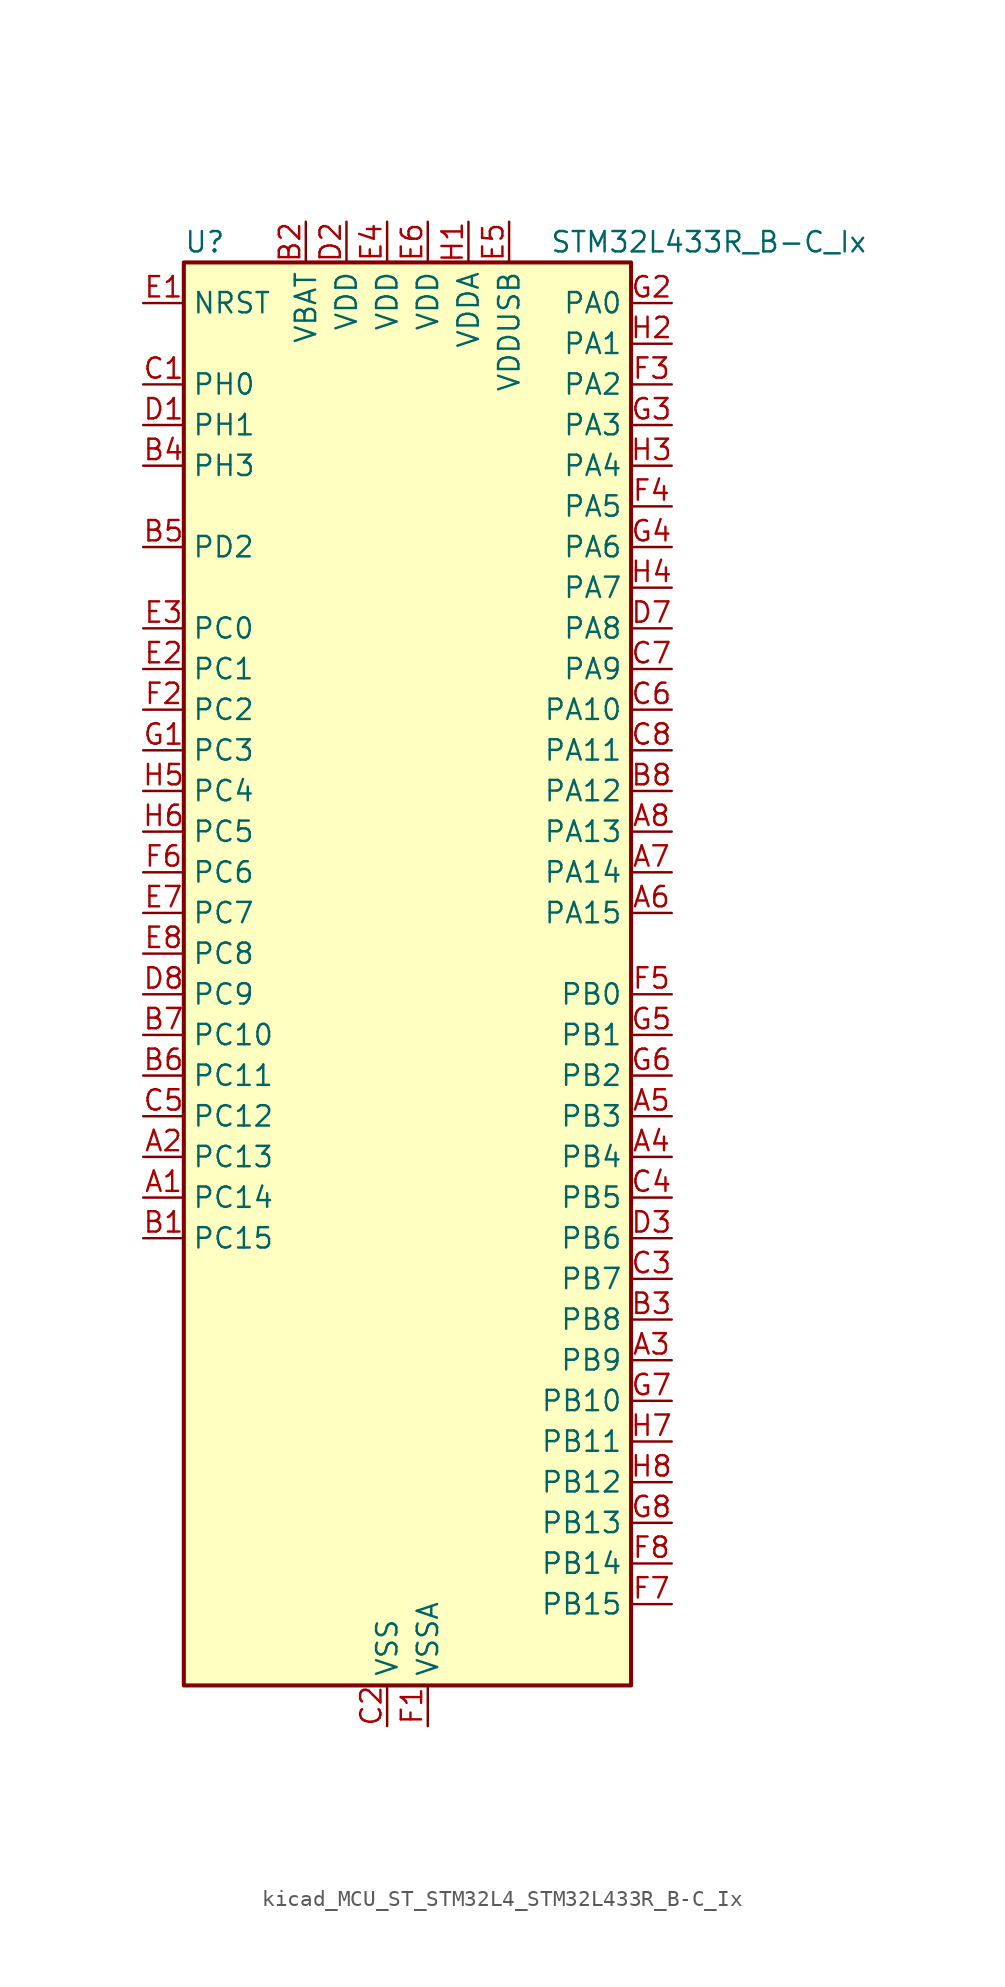
<source format=kicad_sym>
(kicad_symbol_lib
  (version 20220914)
  (generator kicad_symbol_editor)
  (symbol "kicad_MCU_ST_STM32L4_STM32L433R_B-C_Ix"
    (property "Reference" "U"
      (at -12.7 46.99 0)
      (effects (font (size 1.27 1.27)) (justify left)))
    (property "Value" "STM32L433R_B-C_Ix"
      (at 10.16 46.99 0)
      (effects (font (size 1.27 1.27)) (justify left)))
    (property "ki_locked" ""
      (at 0 0 0)
      (effects (font (size 1.27 1.27))))
    (symbol "kicad_MCU_ST_STM32L4_STM32L433R_B-C_Ix_0_1"
      (rectangle (start -12.7 -43.18) (end 15.24 45.72) (stroke (width 0.254) (type default)) (fill (type background))))
    (symbol "kicad_MCU_ST_STM32L4_STM32L433R_B-C_Ix_1_1"
      (pin bidirectional line (at -15.24 -12.7 0) (length 2.54) (name "PC14" (effects (font (size 1.27 1.27)))) (number "A1" (effects (font (size 1.27 1.27)))) (alternate "RCC_OSC32_IN" bidirectional line))
      (pin bidirectional line (at -15.24 -10.16 0) (length 2.54) (name "PC13" (effects (font (size 1.27 1.27)))) (number "A2" (effects (font (size 1.27 1.27)))) (alternate "RTC_OUT_ALARM" bidirectional line) (alternate "RTC_OUT_CALIB" bidirectional line) (alternate "RTC_TAMP1" bidirectional line) (alternate "RTC_TS" bidirectional line) (alternate "SYS_WKUP2" bidirectional line))
      (pin bidirectional line (at 17.78 -22.86 180) (length 2.54) (name "PB9" (effects (font (size 1.27 1.27)))) (number "A3" (effects (font (size 1.27 1.27)))) (alternate "CAN1_TX" bidirectional line) (alternate "DAC1_EXTI9" bidirectional line) (alternate "I2C1_SDA" bidirectional line) (alternate "IR_OUT" bidirectional line) (alternate "LCD_COM3" bidirectional line) (alternate "SAI1_FS_A" bidirectional line) (alternate "SDMMC1_D5" bidirectional line) (alternate "SPI2_NSS" bidirectional line))
      (pin bidirectional line (at 17.78 -10.16 180) (length 2.54) (name "PB4" (effects (font (size 1.27 1.27)))) (number "A4" (effects (font (size 1.27 1.27)))) (alternate "COMP2_INP" bidirectional line) (alternate "I2C3_SDA" bidirectional line) (alternate "LCD_SEG8" bidirectional line) (alternate "SAI1_MCLK_B" bidirectional line) (alternate "SPI1_MISO" bidirectional line) (alternate "SPI3_MISO" bidirectional line) (alternate "SYS_JTRST" bidirectional line) (alternate "TSC_G2_IO1" bidirectional line) (alternate "USART1_CTS" bidirectional line))
      (pin bidirectional line (at 17.78 -7.62 180) (length 2.54) (name "PB3" (effects (font (size 1.27 1.27)))) (number "A5" (effects (font (size 1.27 1.27)))) (alternate "COMP2_INM" bidirectional line) (alternate "LCD_SEG7" bidirectional line) (alternate "SAI1_SCK_B" bidirectional line) (alternate "SPI1_SCK" bidirectional line) (alternate "SPI3_SCK" bidirectional line) (alternate "SYS_JTDO-SWO" bidirectional line) (alternate "TIM2_CH2" bidirectional line) (alternate "USART1_DE" bidirectional line) (alternate "USART1_RTS" bidirectional line))
      (pin bidirectional line (at 17.78 5.08 180) (length 2.54) (name "PA15" (effects (font (size 1.27 1.27)))) (number "A6" (effects (font (size 1.27 1.27)))) (alternate "ADC1_EXTI15" bidirectional line) (alternate "LCD_SEG17" bidirectional line) (alternate "SPI1_NSS" bidirectional line) (alternate "SPI3_NSS" bidirectional line) (alternate "SWPMI1_SUSPEND" bidirectional line) (alternate "SYS_JTDI" bidirectional line) (alternate "TIM2_CH1" bidirectional line) (alternate "TIM2_ETR" bidirectional line) (alternate "TSC_G3_IO1" bidirectional line) (alternate "USART2_RX" bidirectional line) (alternate "USART3_DE" bidirectional line) (alternate "USART3_RTS" bidirectional line))
      (pin bidirectional line (at 17.78 7.62 180) (length 2.54) (name "PA14" (effects (font (size 1.27 1.27)))) (number "A7" (effects (font (size 1.27 1.27)))) (alternate "I2C1_SMBA" bidirectional line) (alternate "LPTIM1_OUT" bidirectional line) (alternate "SAI1_FS_B" bidirectional line) (alternate "SWPMI1_RX" bidirectional line) (alternate "SYS_JTCK-SWCLK" bidirectional line))
      (pin bidirectional line (at 17.78 10.16 180) (length 2.54) (name "PA13" (effects (font (size 1.27 1.27)))) (number "A8" (effects (font (size 1.27 1.27)))) (alternate "IR_OUT" bidirectional line) (alternate "SAI1_SD_B" bidirectional line) (alternate "SWPMI1_TX" bidirectional line) (alternate "SYS_JTMS-SWDIO" bidirectional line) (alternate "USB_NOE" bidirectional line))
      (pin bidirectional line (at -15.24 -15.24 0) (length 2.54) (name "PC15" (effects (font (size 1.27 1.27)))) (number "B1" (effects (font (size 1.27 1.27)))) (alternate "ADC1_EXTI15" bidirectional line) (alternate "RCC_OSC32_OUT" bidirectional line))
      (pin power_in line (at -5.08 48.26 270) (length 2.54) (name "VBAT" (effects (font (size 1.27 1.27)))) (number "B2" (effects (font (size 1.27 1.27)))))
      (pin bidirectional line (at 17.78 -20.32 180) (length 2.54) (name "PB8" (effects (font (size 1.27 1.27)))) (number "B3" (effects (font (size 1.27 1.27)))) (alternate "CAN1_RX" bidirectional line) (alternate "I2C1_SCL" bidirectional line) (alternate "LCD_SEG16" bidirectional line) (alternate "SAI1_MCLK_A" bidirectional line) (alternate "SDMMC1_D4" bidirectional line) (alternate "TIM16_CH1" bidirectional line))
      (pin bidirectional line (at -15.24 33.02 0) (length 2.54) (name "PH3" (effects (font (size 1.27 1.27)))) (number "B4" (effects (font (size 1.27 1.27)))))
      (pin bidirectional line (at -15.24 27.94 0) (length 2.54) (name "PD2" (effects (font (size 1.27 1.27)))) (number "B5" (effects (font (size 1.27 1.27)))) (alternate "LCD_COM7" bidirectional line) (alternate "LCD_SEG31" bidirectional line) (alternate "LCD_SEG43" bidirectional line) (alternate "SDMMC1_CMD" bidirectional line) (alternate "TSC_SYNC" bidirectional line) (alternate "USART3_DE" bidirectional line) (alternate "USART3_RTS" bidirectional line))
      (pin bidirectional line (at -15.24 -5.08 0) (length 2.54) (name "PC11" (effects (font (size 1.27 1.27)))) (number "B6" (effects (font (size 1.27 1.27)))) (alternate "ADC1_EXTI11" bidirectional line) (alternate "LCD_COM5" bidirectional line) (alternate "LCD_SEG29" bidirectional line) (alternate "LCD_SEG41" bidirectional line) (alternate "SDMMC1_D3" bidirectional line) (alternate "SPI3_MISO" bidirectional line) (alternate "TSC_G3_IO3" bidirectional line) (alternate "USART3_RX" bidirectional line))
      (pin bidirectional line (at -15.24 -2.54 0) (length 2.54) (name "PC10" (effects (font (size 1.27 1.27)))) (number "B7" (effects (font (size 1.27 1.27)))) (alternate "LCD_COM4" bidirectional line) (alternate "LCD_SEG28" bidirectional line) (alternate "LCD_SEG40" bidirectional line) (alternate "SDMMC1_D2" bidirectional line) (alternate "SPI3_SCK" bidirectional line) (alternate "TSC_G3_IO2" bidirectional line) (alternate "USART3_TX" bidirectional line))
      (pin bidirectional line (at 17.78 12.7 180) (length 2.54) (name "PA12" (effects (font (size 1.27 1.27)))) (number "B8" (effects (font (size 1.27 1.27)))) (alternate "CAN1_TX" bidirectional line) (alternate "SPI1_MOSI" bidirectional line) (alternate "TIM1_ETR" bidirectional line) (alternate "USART1_DE" bidirectional line) (alternate "USART1_RTS" bidirectional line) (alternate "USB_DP" bidirectional line))
      (pin bidirectional line (at -15.24 38.1 0) (length 2.54) (name "PH0" (effects (font (size 1.27 1.27)))) (number "C1" (effects (font (size 1.27 1.27)))) (alternate "RCC_OSC_IN" bidirectional line))
      (pin power_in line (at 0 -45.72 90) (length 2.54) (name "VSS" (effects (font (size 1.27 1.27)))) (number "C2" (effects (font (size 1.27 1.27)))))
      (pin bidirectional line (at 17.78 -17.78 180) (length 2.54) (name "PB7" (effects (font (size 1.27 1.27)))) (number "C3" (effects (font (size 1.27 1.27)))) (alternate "COMP2_INM" bidirectional line) (alternate "I2C1_SDA" bidirectional line) (alternate "LCD_SEG21" bidirectional line) (alternate "LPTIM1_IN2" bidirectional line) (alternate "SYS_PVD_IN" bidirectional line) (alternate "TSC_G2_IO4" bidirectional line) (alternate "USART1_RX" bidirectional line))
      (pin bidirectional line (at 17.78 -12.7 180) (length 2.54) (name "PB5" (effects (font (size 1.27 1.27)))) (number "C4" (effects (font (size 1.27 1.27)))) (alternate "COMP2_OUT" bidirectional line) (alternate "I2C1_SMBA" bidirectional line) (alternate "LCD_SEG9" bidirectional line) (alternate "LPTIM1_IN1" bidirectional line) (alternate "SAI1_SD_B" bidirectional line) (alternate "SPI1_MOSI" bidirectional line) (alternate "SPI3_MOSI" bidirectional line) (alternate "TIM16_BKIN" bidirectional line) (alternate "TSC_G2_IO2" bidirectional line) (alternate "USART1_CK" bidirectional line))
      (pin bidirectional line (at -15.24 -7.62 0) (length 2.54) (name "PC12" (effects (font (size 1.27 1.27)))) (number "C5" (effects (font (size 1.27 1.27)))) (alternate "LCD_COM6" bidirectional line) (alternate "LCD_SEG30" bidirectional line) (alternate "LCD_SEG42" bidirectional line) (alternate "SDMMC1_CK" bidirectional line) (alternate "SPI3_MOSI" bidirectional line) (alternate "TSC_G3_IO4" bidirectional line) (alternate "USART3_CK" bidirectional line))
      (pin bidirectional line (at 17.78 17.78 180) (length 2.54) (name "PA10" (effects (font (size 1.27 1.27)))) (number "C6" (effects (font (size 1.27 1.27)))) (alternate "CRS_SYNC" bidirectional line) (alternate "I2C1_SDA" bidirectional line) (alternate "LCD_COM2" bidirectional line) (alternate "SAI1_SD_A" bidirectional line) (alternate "TIM1_CH3" bidirectional line) (alternate "USART1_RX" bidirectional line))
      (pin bidirectional line (at 17.78 20.32 180) (length 2.54) (name "PA9" (effects (font (size 1.27 1.27)))) (number "C7" (effects (font (size 1.27 1.27)))) (alternate "DAC1_EXTI9" bidirectional line) (alternate "I2C1_SCL" bidirectional line) (alternate "LCD_COM1" bidirectional line) (alternate "SAI1_FS_A" bidirectional line) (alternate "TIM15_BKIN" bidirectional line) (alternate "TIM1_CH2" bidirectional line) (alternate "USART1_TX" bidirectional line))
      (pin bidirectional line (at 17.78 15.24 180) (length 2.54) (name "PA11" (effects (font (size 1.27 1.27)))) (number "C8" (effects (font (size 1.27 1.27)))) (alternate "ADC1_EXTI11" bidirectional line) (alternate "CAN1_RX" bidirectional line) (alternate "COMP1_OUT" bidirectional line) (alternate "SPI1_MISO" bidirectional line) (alternate "TIM1_BKIN2" bidirectional line) (alternate "TIM1_BKIN2_COMP1" bidirectional line) (alternate "TIM1_CH4" bidirectional line) (alternate "USART1_CTS" bidirectional line) (alternate "USB_DM" bidirectional line))
      (pin bidirectional line (at -15.24 35.56 0) (length 2.54) (name "PH1" (effects (font (size 1.27 1.27)))) (number "D1" (effects (font (size 1.27 1.27)))) (alternate "RCC_OSC_OUT" bidirectional line))
      (pin power_in line (at -2.54 48.26 270) (length 2.54) (name "VDD" (effects (font (size 1.27 1.27)))) (number "D2" (effects (font (size 1.27 1.27)))))
      (pin bidirectional line (at 17.78 -15.24 180) (length 2.54) (name "PB6" (effects (font (size 1.27 1.27)))) (number "D3" (effects (font (size 1.27 1.27)))) (alternate "COMP2_INP" bidirectional line) (alternate "I2C1_SCL" bidirectional line) (alternate "LPTIM1_ETR" bidirectional line) (alternate "SAI1_FS_B" bidirectional line) (alternate "TIM16_CH1N" bidirectional line) (alternate "TSC_G2_IO3" bidirectional line) (alternate "USART1_TX" bidirectional line))
      (pin passive line (at 0 -45.72 90) (length 2.54) hide (name "VSS" (effects (font (size 1.27 1.27)))) (number "D4" (effects (font (size 1.27 1.27)))))
      (pin passive line (at 0 -45.72 90) (length 2.54) hide (name "VSS" (effects (font (size 1.27 1.27)))) (number "D5" (effects (font (size 1.27 1.27)))))
      (pin passive line (at 0 -45.72 90) (length 2.54) hide (name "VSS" (effects (font (size 1.27 1.27)))) (number "D6" (effects (font (size 1.27 1.27)))))
      (pin bidirectional line (at 17.78 22.86 180) (length 2.54) (name "PA8" (effects (font (size 1.27 1.27)))) (number "D7" (effects (font (size 1.27 1.27)))) (alternate "LCD_COM0" bidirectional line) (alternate "LPTIM2_OUT" bidirectional line) (alternate "RCC_MCO" bidirectional line) (alternate "SAI1_SCK_A" bidirectional line) (alternate "SWPMI1_IO" bidirectional line) (alternate "TIM1_CH1" bidirectional line) (alternate "USART1_CK" bidirectional line))
      (pin bidirectional line (at -15.24 0 0) (length 2.54) (name "PC9" (effects (font (size 1.27 1.27)))) (number "D8" (effects (font (size 1.27 1.27)))) (alternate "DAC1_EXTI9" bidirectional line) (alternate "LCD_SEG27" bidirectional line) (alternate "SDMMC1_D1" bidirectional line) (alternate "TSC_G4_IO4" bidirectional line) (alternate "USB_NOE" bidirectional line))
      (pin input line (at -15.24 43.18 0) (length 2.54) (name "NRST" (effects (font (size 1.27 1.27)))) (number "E1" (effects (font (size 1.27 1.27)))))
      (pin bidirectional line (at -15.24 20.32 0) (length 2.54) (name "PC1" (effects (font (size 1.27 1.27)))) (number "E2" (effects (font (size 1.27 1.27)))) (alternate "ADC1_IN2" bidirectional line) (alternate "I2C3_SDA" bidirectional line) (alternate "LCD_SEG19" bidirectional line) (alternate "LPTIM1_OUT" bidirectional line) (alternate "LPUART1_TX" bidirectional line))
      (pin bidirectional line (at -15.24 22.86 0) (length 2.54) (name "PC0" (effects (font (size 1.27 1.27)))) (number "E3" (effects (font (size 1.27 1.27)))) (alternate "ADC1_IN1" bidirectional line) (alternate "I2C3_SCL" bidirectional line) (alternate "LCD_SEG18" bidirectional line) (alternate "LPTIM1_IN1" bidirectional line) (alternate "LPTIM2_IN1" bidirectional line) (alternate "LPUART1_RX" bidirectional line))
      (pin power_in line (at 0 48.26 270) (length 2.54) (name "VDD" (effects (font (size 1.27 1.27)))) (number "E4" (effects (font (size 1.27 1.27)))))
      (pin power_in line (at 7.62 48.26 270) (length 2.54) (name "VDDUSB" (effects (font (size 1.27 1.27)))) (number "E5" (effects (font (size 1.27 1.27)))))
      (pin power_in line (at 2.54 48.26 270) (length 2.54) (name "VDD" (effects (font (size 1.27 1.27)))) (number "E6" (effects (font (size 1.27 1.27)))))
      (pin bidirectional line (at -15.24 5.08 0) (length 2.54) (name "PC7" (effects (font (size 1.27 1.27)))) (number "E7" (effects (font (size 1.27 1.27)))) (alternate "LCD_SEG25" bidirectional line) (alternate "SDMMC1_D7" bidirectional line) (alternate "TSC_G4_IO2" bidirectional line))
      (pin bidirectional line (at -15.24 2.54 0) (length 2.54) (name "PC8" (effects (font (size 1.27 1.27)))) (number "E8" (effects (font (size 1.27 1.27)))) (alternate "LCD_SEG26" bidirectional line) (alternate "SDMMC1_D0" bidirectional line) (alternate "TSC_G4_IO3" bidirectional line))
      (pin power_in line (at 2.54 -45.72 90) (length 2.54) (name "VSSA" (effects (font (size 1.27 1.27)))) (number "F1" (effects (font (size 1.27 1.27)))))
      (pin bidirectional line (at -15.24 17.78 0) (length 2.54) (name "PC2" (effects (font (size 1.27 1.27)))) (number "F2" (effects (font (size 1.27 1.27)))) (alternate "ADC1_IN3" bidirectional line) (alternate "LCD_SEG20" bidirectional line) (alternate "LPTIM1_IN2" bidirectional line) (alternate "SPI2_MISO" bidirectional line))
      (pin bidirectional line (at 17.78 38.1 180) (length 2.54) (name "PA2" (effects (font (size 1.27 1.27)))) (number "F3" (effects (font (size 1.27 1.27)))) (alternate "ADC1_IN7" bidirectional line) (alternate "COMP2_INM" bidirectional line) (alternate "COMP2_OUT" bidirectional line) (alternate "LCD_SEG1" bidirectional line) (alternate "LPUART1_TX" bidirectional line) (alternate "QUADSPI_BK1_NCS" bidirectional line) (alternate "RCC_LSCO" bidirectional line) (alternate "SYS_WKUP4" bidirectional line) (alternate "TIM15_CH1" bidirectional line) (alternate "TIM2_CH3" bidirectional line) (alternate "USART2_TX" bidirectional line))
      (pin bidirectional line (at 17.78 30.48 180) (length 2.54) (name "PA5" (effects (font (size 1.27 1.27)))) (number "F4" (effects (font (size 1.27 1.27)))) (alternate "ADC1_IN10" bidirectional line) (alternate "COMP1_INM" bidirectional line) (alternate "COMP2_INM" bidirectional line) (alternate "DAC1_OUT2" bidirectional line) (alternate "LPTIM2_ETR" bidirectional line) (alternate "SPI1_SCK" bidirectional line) (alternate "TIM2_CH1" bidirectional line) (alternate "TIM2_ETR" bidirectional line))
      (pin bidirectional line (at 17.78 0 180) (length 2.54) (name "PB0" (effects (font (size 1.27 1.27)))) (number "F5" (effects (font (size 1.27 1.27)))) (alternate "ADC1_IN15" bidirectional line) (alternate "COMP1_OUT" bidirectional line) (alternate "LCD_SEG5" bidirectional line) (alternate "QUADSPI_BK1_IO1" bidirectional line) (alternate "SAI1_EXTCLK" bidirectional line) (alternate "SPI1_NSS" bidirectional line) (alternate "TIM1_CH2N" bidirectional line) (alternate "USART3_CK" bidirectional line))
      (pin bidirectional line (at -15.24 7.62 0) (length 2.54) (name "PC6" (effects (font (size 1.27 1.27)))) (number "F6" (effects (font (size 1.27 1.27)))) (alternate "LCD_SEG24" bidirectional line) (alternate "SDMMC1_D6" bidirectional line) (alternate "TSC_G4_IO1" bidirectional line))
      (pin bidirectional line (at 17.78 -38.1 180) (length 2.54) (name "PB15" (effects (font (size 1.27 1.27)))) (number "F7" (effects (font (size 1.27 1.27)))) (alternate "ADC1_EXTI15" bidirectional line) (alternate "LCD_SEG15" bidirectional line) (alternate "RTC_REFIN" bidirectional line) (alternate "SAI1_SD_A" bidirectional line) (alternate "SPI2_MOSI" bidirectional line) (alternate "SWPMI1_SUSPEND" bidirectional line) (alternate "TIM15_CH2" bidirectional line) (alternate "TIM1_CH3N" bidirectional line) (alternate "TSC_G1_IO4" bidirectional line))
      (pin bidirectional line (at 17.78 -35.56 180) (length 2.54) (name "PB14" (effects (font (size 1.27 1.27)))) (number "F8" (effects (font (size 1.27 1.27)))) (alternate "I2C2_SDA" bidirectional line) (alternate "LCD_SEG14" bidirectional line) (alternate "SAI1_MCLK_A" bidirectional line) (alternate "SPI2_MISO" bidirectional line) (alternate "SWPMI1_RX" bidirectional line) (alternate "TIM15_CH1" bidirectional line) (alternate "TIM1_CH2N" bidirectional line) (alternate "TSC_G1_IO3" bidirectional line) (alternate "USART3_DE" bidirectional line) (alternate "USART3_RTS" bidirectional line))
      (pin bidirectional line (at -15.24 15.24 0) (length 2.54) (name "PC3" (effects (font (size 1.27 1.27)))) (number "G1" (effects (font (size 1.27 1.27)))) (alternate "ADC1_IN4" bidirectional line) (alternate "LCD_VLCD" bidirectional line) (alternate "LPTIM1_ETR" bidirectional line) (alternate "LPTIM2_ETR" bidirectional line) (alternate "SAI1_SD_A" bidirectional line) (alternate "SPI2_MOSI" bidirectional line))
      (pin bidirectional line (at 17.78 43.18 180) (length 2.54) (name "PA0" (effects (font (size 1.27 1.27)))) (number "G2" (effects (font (size 1.27 1.27)))) (alternate "ADC1_IN5" bidirectional line) (alternate "COMP1_INM" bidirectional line) (alternate "COMP1_OUT" bidirectional line) (alternate "OPAMP1_VINP" bidirectional line) (alternate "RTC_TAMP2" bidirectional line) (alternate "SAI1_EXTCLK" bidirectional line) (alternate "SYS_WKUP1" bidirectional line) (alternate "TIM2_CH1" bidirectional line) (alternate "TIM2_ETR" bidirectional line) (alternate "USART2_CTS" bidirectional line))
      (pin bidirectional line (at 17.78 35.56 180) (length 2.54) (name "PA3" (effects (font (size 1.27 1.27)))) (number "G3" (effects (font (size 1.27 1.27)))) (alternate "ADC1_IN8" bidirectional line) (alternate "COMP2_INP" bidirectional line) (alternate "LCD_SEG2" bidirectional line) (alternate "LPUART1_RX" bidirectional line) (alternate "OPAMP1_VOUT" bidirectional line) (alternate "QUADSPI_CLK" bidirectional line) (alternate "SAI1_MCLK_A" bidirectional line) (alternate "TIM15_CH2" bidirectional line) (alternate "TIM2_CH4" bidirectional line) (alternate "USART2_RX" bidirectional line))
      (pin bidirectional line (at 17.78 27.94 180) (length 2.54) (name "PA6" (effects (font (size 1.27 1.27)))) (number "G4" (effects (font (size 1.27 1.27)))) (alternate "ADC1_IN11" bidirectional line) (alternate "COMP1_OUT" bidirectional line) (alternate "LCD_SEG3" bidirectional line) (alternate "LPUART1_CTS" bidirectional line) (alternate "QUADSPI_BK1_IO3" bidirectional line) (alternate "SPI1_MISO" bidirectional line) (alternate "TIM16_CH1" bidirectional line) (alternate "TIM1_BKIN" bidirectional line) (alternate "TIM1_BKIN_COMP2" bidirectional line) (alternate "USART3_CTS" bidirectional line))
      (pin bidirectional line (at 17.78 -2.54 180) (length 2.54) (name "PB1" (effects (font (size 1.27 1.27)))) (number "G5" (effects (font (size 1.27 1.27)))) (alternate "ADC1_IN16" bidirectional line) (alternate "COMP1_INM" bidirectional line) (alternate "LCD_SEG6" bidirectional line) (alternate "LPTIM2_IN1" bidirectional line) (alternate "LPUART1_DE" bidirectional line) (alternate "LPUART1_RTS" bidirectional line) (alternate "QUADSPI_BK1_IO0" bidirectional line) (alternate "TIM1_CH3N" bidirectional line) (alternate "USART3_DE" bidirectional line) (alternate "USART3_RTS" bidirectional line))
      (pin bidirectional line (at 17.78 -5.08 180) (length 2.54) (name "PB2" (effects (font (size 1.27 1.27)))) (number "G6" (effects (font (size 1.27 1.27)))) (alternate "COMP1_INP" bidirectional line) (alternate "I2C3_SMBA" bidirectional line) (alternate "LCD_VLCD" bidirectional line) (alternate "LPTIM1_OUT" bidirectional line) (alternate "RTC_OUT_ALARM" bidirectional line) (alternate "RTC_OUT_CALIB" bidirectional line))
      (pin bidirectional line (at 17.78 -25.4 180) (length 2.54) (name "PB10" (effects (font (size 1.27 1.27)))) (number "G7" (effects (font (size 1.27 1.27)))) (alternate "COMP1_OUT" bidirectional line) (alternate "I2C2_SCL" bidirectional line) (alternate "LCD_SEG10" bidirectional line) (alternate "LPUART1_RX" bidirectional line) (alternate "QUADSPI_CLK" bidirectional line) (alternate "SAI1_SCK_A" bidirectional line) (alternate "SPI2_SCK" bidirectional line) (alternate "TIM2_CH3" bidirectional line) (alternate "TSC_SYNC" bidirectional line) (alternate "USART3_TX" bidirectional line))
      (pin bidirectional line (at 17.78 -33.02 180) (length 2.54) (name "PB13" (effects (font (size 1.27 1.27)))) (number "G8" (effects (font (size 1.27 1.27)))) (alternate "I2C2_SCL" bidirectional line) (alternate "LCD_SEG13" bidirectional line) (alternate "LPUART1_CTS" bidirectional line) (alternate "SAI1_SCK_A" bidirectional line) (alternate "SPI2_SCK" bidirectional line) (alternate "SWPMI1_TX" bidirectional line) (alternate "TIM15_CH1N" bidirectional line) (alternate "TIM1_CH1N" bidirectional line) (alternate "TSC_G1_IO2" bidirectional line) (alternate "USART3_CTS" bidirectional line))
      (pin power_in line (at 5.08 48.26 270) (length 2.54) (name "VDDA" (effects (font (size 1.27 1.27)))) (number "H1" (effects (font (size 1.27 1.27)))))
      (pin bidirectional line (at 17.78 40.64 180) (length 2.54) (name "PA1" (effects (font (size 1.27 1.27)))) (number "H2" (effects (font (size 1.27 1.27)))) (alternate "ADC1_IN6" bidirectional line) (alternate "COMP1_INP" bidirectional line) (alternate "I2C1_SMBA" bidirectional line) (alternate "LCD_SEG0" bidirectional line) (alternate "OPAMP1_VINM" bidirectional line) (alternate "SPI1_SCK" bidirectional line) (alternate "TIM15_CH1N" bidirectional line) (alternate "TIM2_CH2" bidirectional line) (alternate "USART2_DE" bidirectional line) (alternate "USART2_RTS" bidirectional line))
      (pin bidirectional line (at 17.78 33.02 180) (length 2.54) (name "PA4" (effects (font (size 1.27 1.27)))) (number "H3" (effects (font (size 1.27 1.27)))) (alternate "ADC1_IN9" bidirectional line) (alternate "COMP1_INM" bidirectional line) (alternate "COMP2_INM" bidirectional line) (alternate "DAC1_OUT1" bidirectional line) (alternate "LPTIM2_OUT" bidirectional line) (alternate "SAI1_FS_B" bidirectional line) (alternate "SPI1_NSS" bidirectional line) (alternate "SPI3_NSS" bidirectional line) (alternate "USART2_CK" bidirectional line))
      (pin bidirectional line (at 17.78 25.4 180) (length 2.54) (name "PA7" (effects (font (size 1.27 1.27)))) (number "H4" (effects (font (size 1.27 1.27)))) (alternate "ADC1_IN12" bidirectional line) (alternate "COMP2_OUT" bidirectional line) (alternate "I2C3_SCL" bidirectional line) (alternate "LCD_SEG4" bidirectional line) (alternate "QUADSPI_BK1_IO2" bidirectional line) (alternate "SPI1_MOSI" bidirectional line) (alternate "TIM1_CH1N" bidirectional line))
      (pin bidirectional line (at -15.24 12.7 0) (length 2.54) (name "PC4" (effects (font (size 1.27 1.27)))) (number "H5" (effects (font (size 1.27 1.27)))) (alternate "ADC1_IN13" bidirectional line) (alternate "COMP1_INM" bidirectional line) (alternate "LCD_SEG22" bidirectional line) (alternate "USART3_TX" bidirectional line))
      (pin bidirectional line (at -15.24 10.16 0) (length 2.54) (name "PC5" (effects (font (size 1.27 1.27)))) (number "H6" (effects (font (size 1.27 1.27)))) (alternate "ADC1_IN14" bidirectional line) (alternate "COMP1_INP" bidirectional line) (alternate "LCD_SEG23" bidirectional line) (alternate "SYS_WKUP5" bidirectional line) (alternate "USART3_RX" bidirectional line))
      (pin bidirectional line (at 17.78 -27.94 180) (length 2.54) (name "PB11" (effects (font (size 1.27 1.27)))) (number "H7" (effects (font (size 1.27 1.27)))) (alternate "ADC1_EXTI11" bidirectional line) (alternate "COMP2_OUT" bidirectional line) (alternate "I2C2_SDA" bidirectional line) (alternate "LCD_SEG11" bidirectional line) (alternate "LPUART1_TX" bidirectional line) (alternate "QUADSPI_BK1_NCS" bidirectional line) (alternate "TIM2_CH4" bidirectional line) (alternate "USART3_RX" bidirectional line))
      (pin bidirectional line (at 17.78 -30.48 180) (length 2.54) (name "PB12" (effects (font (size 1.27 1.27)))) (number "H8" (effects (font (size 1.27 1.27)))) (alternate "I2C2_SMBA" bidirectional line) (alternate "LCD_SEG12" bidirectional line) (alternate "LPUART1_DE" bidirectional line) (alternate "LPUART1_RTS" bidirectional line) (alternate "SAI1_FS_A" bidirectional line) (alternate "SPI2_NSS" bidirectional line) (alternate "SWPMI1_IO" bidirectional line) (alternate "TIM15_BKIN" bidirectional line) (alternate "TIM1_BKIN" bidirectional line) (alternate "TIM1_BKIN_COMP2" bidirectional line) (alternate "TSC_G1_IO1" bidirectional line) (alternate "USART3_CK" bidirectional line)))))
</source>
